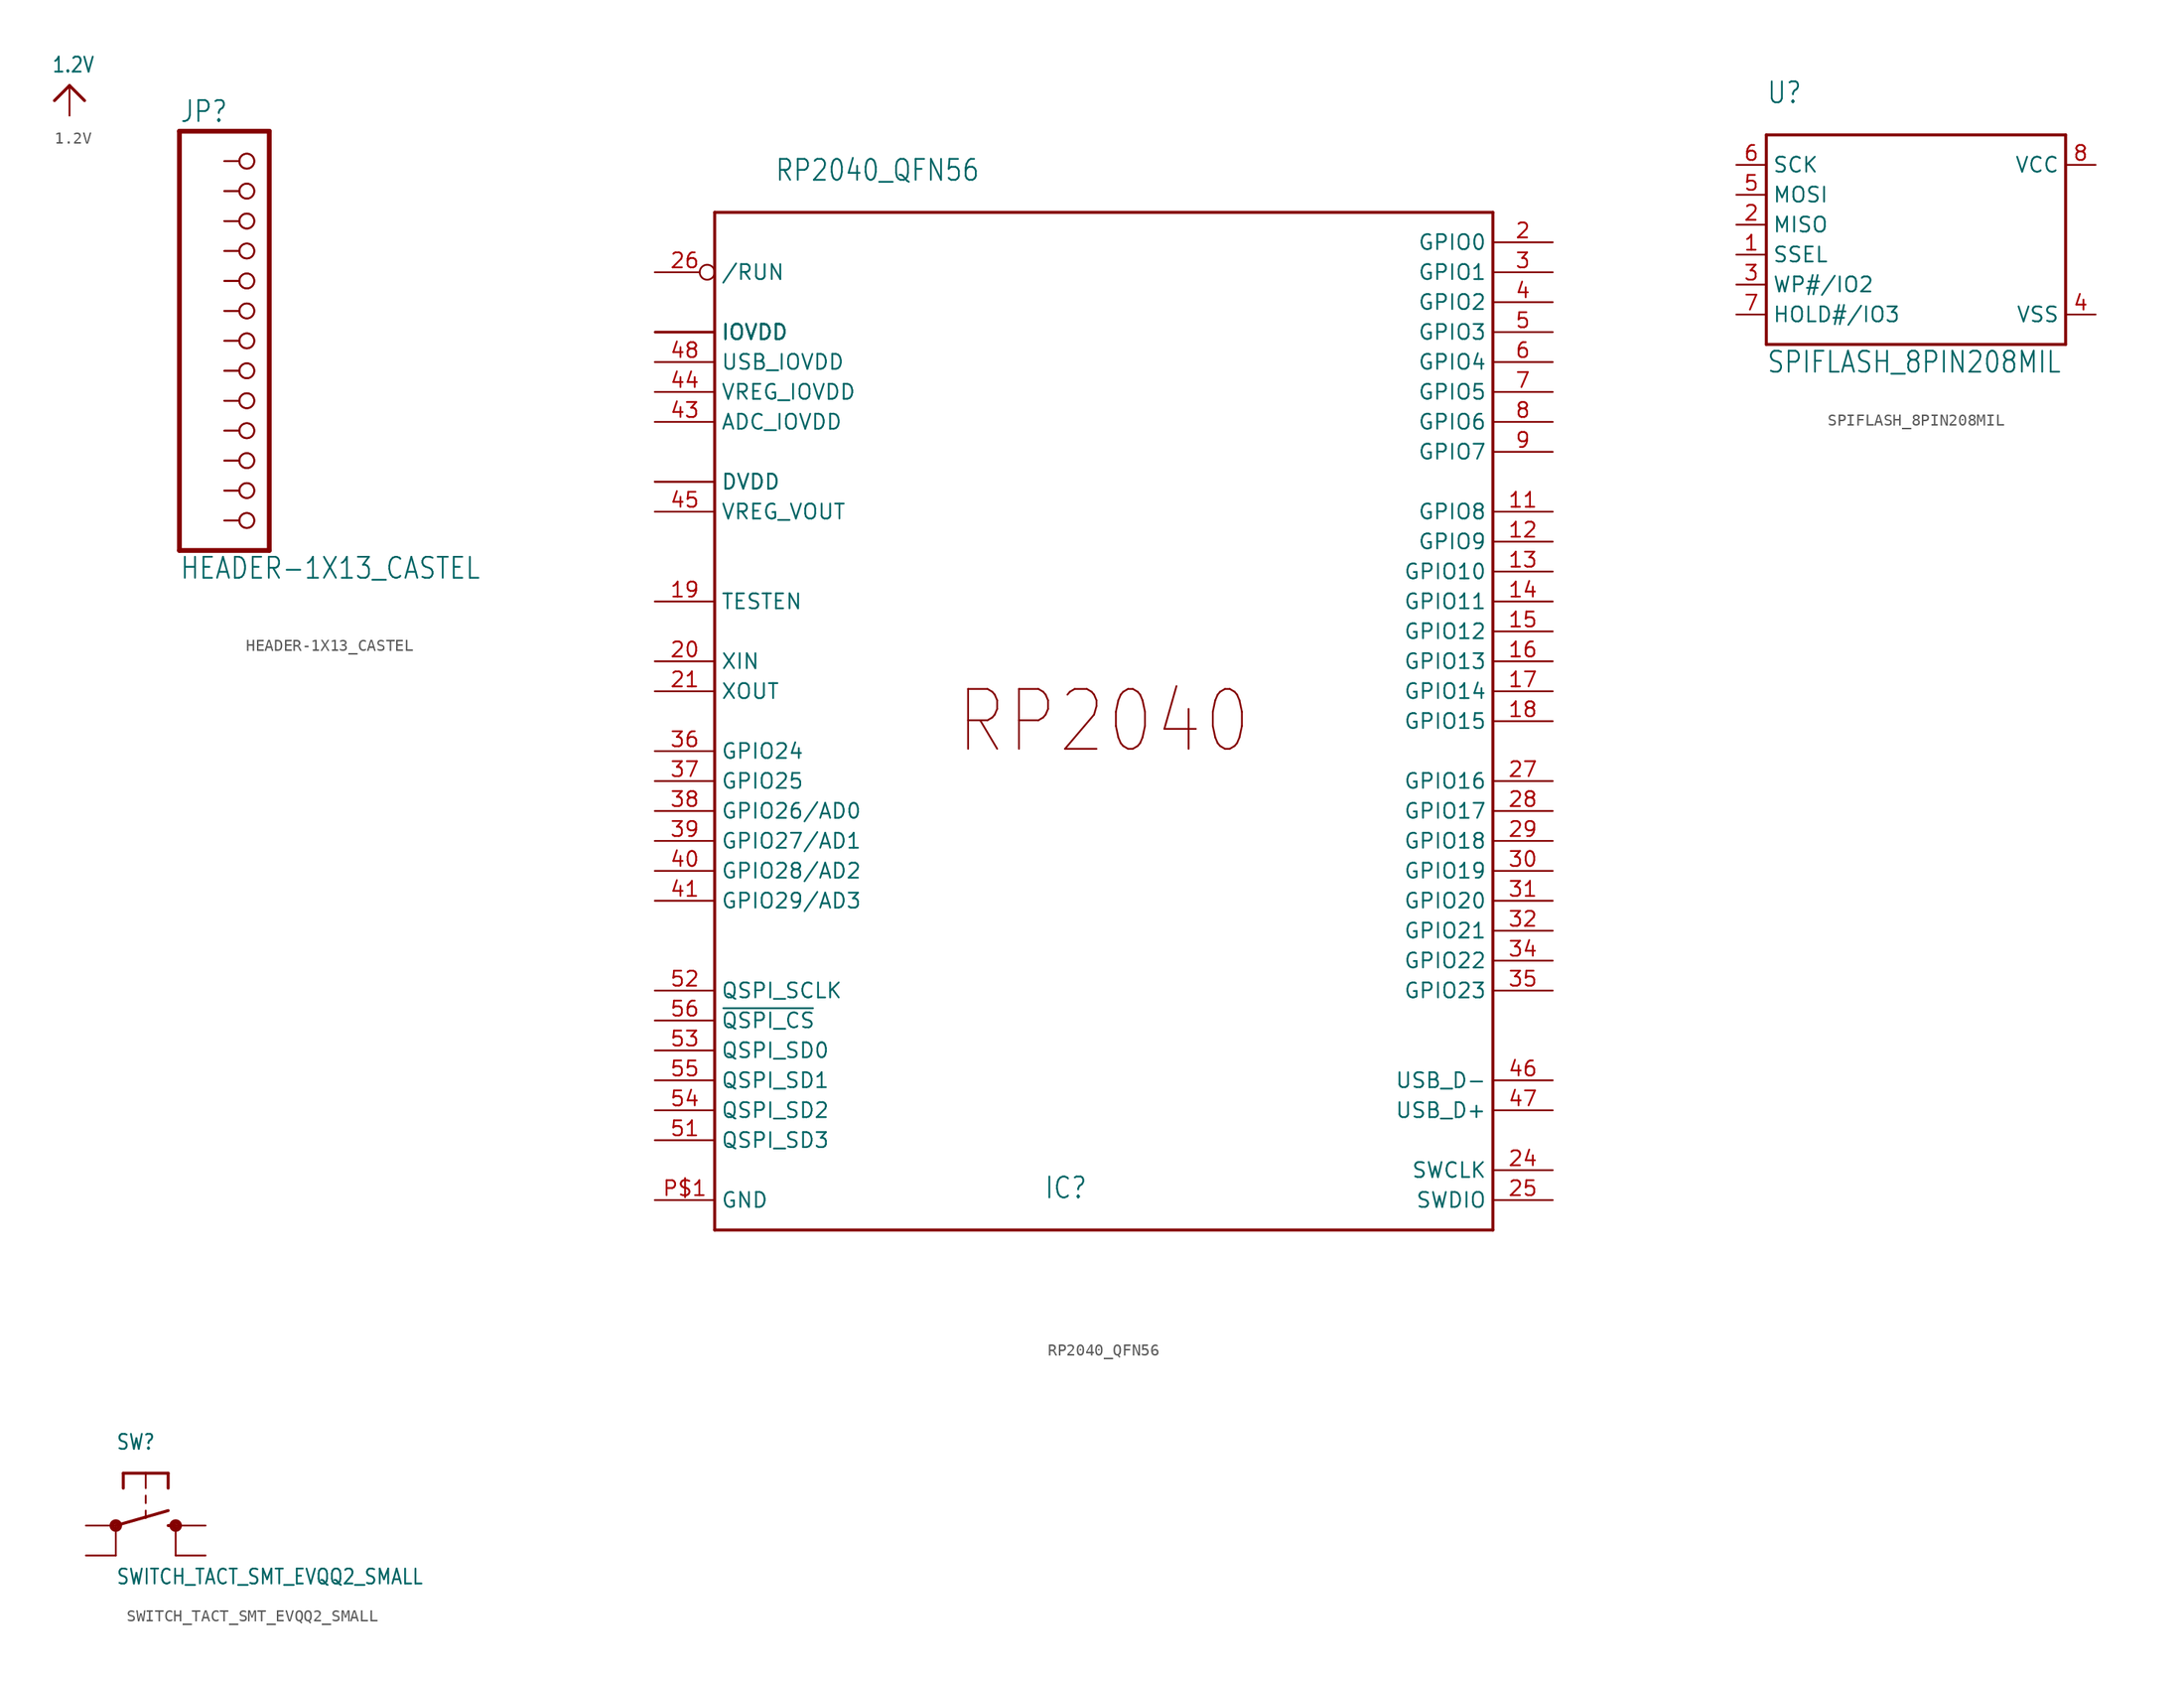
<source format=kicad_sym>
(kicad_symbol_lib
  (version 20211014)
  (generator kicad_symbol_editor)
  (symbol "1.2V"
    (power)
    (property "Reference" ""
      (at 0 0 0)
      (effects (font (size 1.27 1.27)) hide))
    (property "Value" "1.2V"
      (at -1.524 1.016 0)
      (effects (font (size 1.27 1.079)) (justify left bottom)))
    (property "ki_locked" ""
      (at 0 0 0)
      (effects (font (size 1.27 1.27))))
    (symbol "1.2V_1_0"
      (polyline (pts (xy -1.27 -1.27) (xy 0 0)) (stroke (width 0.254) (type default) (color 0 0 0 0)) (fill (type none)))
      (polyline (pts (xy 0 0) (xy 1.27 -1.27)) (stroke (width 0.254) (type default) (color 0 0 0 0)) (fill (type none)))
      (pin power_in line (at 0 -2.54 90) (length 2.54) (name "1.2V" (effects (font (size 0 0)))) (number "1" (effects (font (size 0 0)))))))
  (symbol "HEADER-1X13_CASTEL"
    (property "Reference" "JP"
      (at -6.35 18.415 0)
      (effects (font (size 1.778 1.511)) (justify left bottom)))
    (property "Value" "HEADER-1X13_CASTEL"
      (at -6.35 -20.32 0)
      (effects (font (size 1.778 1.511)) (justify left bottom)))
    (property "ki_locked" ""
      (at 0 0 0)
      (effects (font (size 1.27 1.27))))
    (symbol "HEADER-1X13_CASTEL_1_0"
      (polyline (pts (xy -6.35 -17.78) (xy 1.27 -17.78)) (stroke (width 0.406) (type default) (color 0 0 0 0)) (fill (type none)))
      (polyline (pts (xy -6.35 17.78) (xy -6.35 -17.78)) (stroke (width 0.406) (type default) (color 0 0 0 0)) (fill (type none)))
      (polyline (pts (xy 1.27 -17.78) (xy 1.27 17.78)) (stroke (width 0.406) (type default) (color 0 0 0 0)) (fill (type none)))
      (polyline (pts (xy 1.27 17.78) (xy -6.35 17.78)) (stroke (width 0.406) (type default) (color 0 0 0 0)) (fill (type none)))
      (pin passive inverted (at -2.54 15.24 0) (length 2.54) (name "1" (effects (font (size 0 0)))) (number "1" (effects (font (size 0 0)))))
      (pin passive inverted (at -2.54 -7.62 0) (length 2.54) (name "10" (effects (font (size 0 0)))) (number "10" (effects (font (size 0 0)))))
      (pin passive inverted (at -2.54 -7.62 0) (length 2.54) (name "10" (effects (font (size 0 0)))) (number "10C" (effects (font (size 0 0)))))
      (pin passive inverted (at -2.54 -10.16 0) (length 2.54) (name "11" (effects (font (size 0 0)))) (number "11" (effects (font (size 0 0)))))
      (pin passive inverted (at -2.54 -10.16 0) (length 2.54) (name "11" (effects (font (size 0 0)))) (number "11C" (effects (font (size 0 0)))))
      (pin passive inverted (at -2.54 -12.7 0) (length 2.54) (name "12" (effects (font (size 0 0)))) (number "12" (effects (font (size 0 0)))))
      (pin passive inverted (at -2.54 -12.7 0) (length 2.54) (name "12" (effects (font (size 0 0)))) (number "12C" (effects (font (size 0 0)))))
      (pin passive inverted (at -2.54 -15.24 0) (length 2.54) (name "13" (effects (font (size 0 0)))) (number "13" (effects (font (size 0 0)))))
      (pin passive inverted (at -2.54 -15.24 0) (length 2.54) (name "13" (effects (font (size 0 0)))) (number "13C" (effects (font (size 0 0)))))
      (pin passive inverted (at -2.54 15.24 0) (length 2.54) (name "1" (effects (font (size 0 0)))) (number "1C" (effects (font (size 0 0)))))
      (pin passive inverted (at -2.54 12.7 0) (length 2.54) (name "2" (effects (font (size 0 0)))) (number "2" (effects (font (size 0 0)))))
      (pin passive inverted (at -2.54 12.7 0) (length 2.54) (name "2" (effects (font (size 0 0)))) (number "2C" (effects (font (size 0 0)))))
      (pin passive inverted (at -2.54 10.16 0) (length 2.54) (name "3" (effects (font (size 0 0)))) (number "3" (effects (font (size 0 0)))))
      (pin passive inverted (at -2.54 10.16 0) (length 2.54) (name "3" (effects (font (size 0 0)))) (number "3C" (effects (font (size 0 0)))))
      (pin passive inverted (at -2.54 7.62 0) (length 2.54) (name "4" (effects (font (size 0 0)))) (number "4" (effects (font (size 0 0)))))
      (pin passive inverted (at -2.54 7.62 0) (length 2.54) (name "4" (effects (font (size 0 0)))) (number "4C" (effects (font (size 0 0)))))
      (pin passive inverted (at -2.54 5.08 0) (length 2.54) (name "5" (effects (font (size 0 0)))) (number "5" (effects (font (size 0 0)))))
      (pin passive inverted (at -2.54 5.08 0) (length 2.54) (name "5" (effects (font (size 0 0)))) (number "5C" (effects (font (size 0 0)))))
      (pin passive inverted (at -2.54 2.54 0) (length 2.54) (name "6" (effects (font (size 0 0)))) (number "6" (effects (font (size 0 0)))))
      (pin passive inverted (at -2.54 2.54 0) (length 2.54) (name "6" (effects (font (size 0 0)))) (number "6C" (effects (font (size 0 0)))))
      (pin passive inverted (at -2.54 0 0) (length 2.54) (name "7" (effects (font (size 0 0)))) (number "7" (effects (font (size 0 0)))))
      (pin passive inverted (at -2.54 0 0) (length 2.54) (name "7" (effects (font (size 0 0)))) (number "7C" (effects (font (size 0 0)))))
      (pin passive inverted (at -2.54 -2.54 0) (length 2.54) (name "8" (effects (font (size 0 0)))) (number "8" (effects (font (size 0 0)))))
      (pin passive inverted (at -2.54 -2.54 0) (length 2.54) (name "8" (effects (font (size 0 0)))) (number "8C" (effects (font (size 0 0)))))
      (pin passive inverted (at -2.54 -5.08 0) (length 2.54) (name "9" (effects (font (size 0 0)))) (number "9" (effects (font (size 0 0)))))
      (pin passive inverted (at -2.54 -5.08 0) (length 2.54) (name "9" (effects (font (size 0 0)))) (number "9C" (effects (font (size 0 0)))))))
  (symbol "RP2040_QFN56"
    (property "Reference" "IC"
      (at -5.08 -40.64 0)
      (effects (font (size 1.778 1.511)) (justify left bottom)))
    (property "Value" "RP2040_QFN56"
      (at -27.94 45.72 0)
      (effects (font (size 1.778 1.511)) (justify left bottom)))
    (property "ki_locked" ""
      (at 0 0 0)
      (effects (font (size 1.27 1.27))))
    (symbol "RP2040_QFN56_1_0"
      (polyline (pts (xy -33.02 -43.18) (xy -33.02 43.18)) (stroke (width 0.254) (type default) (color 0 0 0 0)) (fill (type none)))
      (polyline (pts (xy -33.02 43.18) (xy 33.02 43.18)) (stroke (width 0.254) (type default) (color 0 0 0 0)) (fill (type none)))
      (polyline (pts (xy 33.02 -43.18) (xy -33.02 -43.18)) (stroke (width 0.254) (type default) (color 0 0 0 0)) (fill (type none)))
      (polyline (pts (xy 33.02 43.18) (xy 33.02 -43.18)) (stroke (width 0.254) (type default) (color 0 0 0 0)) (fill (type none)))
      (text "RP2040" (at 0 0 0) (effects (font (size 5.08 4.318))))
      (pin power_in line (at -38.1 33.02 0) (length 5.08) (name "IOVDD" (effects (font (size 1.27 1.27)))) (number "1" (effects (font (size 0 0)))))
      (pin power_in line (at -38.1 33.02 0) (length 5.08) (name "IOVDD" (effects (font (size 1.27 1.27)))) (number "10" (effects (font (size 0 0)))))
      (pin bidirectional line (at 38.1 17.78 180) (length 5.08) (name "GPIO8" (effects (font (size 1.27 1.27)))) (number "11" (effects (font (size 1.27 1.27)))))
      (pin bidirectional line (at 38.1 15.24 180) (length 5.08) (name "GPIO9" (effects (font (size 1.27 1.27)))) (number "12" (effects (font (size 1.27 1.27)))))
      (pin bidirectional line (at 38.1 12.7 180) (length 5.08) (name "GPIO10" (effects (font (size 1.27 1.27)))) (number "13" (effects (font (size 1.27 1.27)))))
      (pin bidirectional line (at 38.1 10.16 180) (length 5.08) (name "GPIO11" (effects (font (size 1.27 1.27)))) (number "14" (effects (font (size 1.27 1.27)))))
      (pin bidirectional line (at 38.1 7.62 180) (length 5.08) (name "GPIO12" (effects (font (size 1.27 1.27)))) (number "15" (effects (font (size 1.27 1.27)))))
      (pin bidirectional line (at 38.1 5.08 180) (length 5.08) (name "GPIO13" (effects (font (size 1.27 1.27)))) (number "16" (effects (font (size 1.27 1.27)))))
      (pin bidirectional line (at 38.1 2.54 180) (length 5.08) (name "GPIO14" (effects (font (size 1.27 1.27)))) (number "17" (effects (font (size 1.27 1.27)))))
      (pin bidirectional line (at 38.1 0 180) (length 5.08) (name "GPIO15" (effects (font (size 1.27 1.27)))) (number "18" (effects (font (size 1.27 1.27)))))
      (pin input line (at -38.1 10.16 0) (length 5.08) (name "TESTEN" (effects (font (size 1.27 1.27)))) (number "19" (effects (font (size 1.27 1.27)))))
      (pin bidirectional line (at 38.1 40.64 180) (length 5.08) (name "GPIO0" (effects (font (size 1.27 1.27)))) (number "2" (effects (font (size 1.27 1.27)))))
      (pin input line (at -38.1 5.08 0) (length 5.08) (name "XIN" (effects (font (size 1.27 1.27)))) (number "20" (effects (font (size 1.27 1.27)))))
      (pin output line (at -38.1 2.54 0) (length 5.08) (name "XOUT" (effects (font (size 1.27 1.27)))) (number "21" (effects (font (size 1.27 1.27)))))
      (pin power_in line (at -38.1 33.02 0) (length 5.08) (name "IOVDD" (effects (font (size 1.27 1.27)))) (number "22" (effects (font (size 0 0)))))
      (pin power_in line (at -38.1 20.32 0) (length 5.08) (name "DVDD" (effects (font (size 1.27 1.27)))) (number "23" (effects (font (size 0 0)))))
      (pin bidirectional line (at 38.1 -38.1 180) (length 5.08) (name "SWCLK" (effects (font (size 1.27 1.27)))) (number "24" (effects (font (size 1.27 1.27)))))
      (pin bidirectional line (at 38.1 -40.64 180) (length 5.08) (name "SWDIO" (effects (font (size 1.27 1.27)))) (number "25" (effects (font (size 1.27 1.27)))))
      (pin bidirectional inverted (at -38.1 38.1 0) (length 5.08) (name "/RUN" (effects (font (size 1.27 1.27)))) (number "26" (effects (font (size 1.27 1.27)))))
      (pin bidirectional line (at 38.1 -5.08 180) (length 5.08) (name "GPIO16" (effects (font (size 1.27 1.27)))) (number "27" (effects (font (size 1.27 1.27)))))
      (pin bidirectional line (at 38.1 -7.62 180) (length 5.08) (name "GPIO17" (effects (font (size 1.27 1.27)))) (number "28" (effects (font (size 1.27 1.27)))))
      (pin bidirectional line (at 38.1 -10.16 180) (length 5.08) (name "GPIO18" (effects (font (size 1.27 1.27)))) (number "29" (effects (font (size 1.27 1.27)))))
      (pin bidirectional line (at 38.1 38.1 180) (length 5.08) (name "GPIO1" (effects (font (size 1.27 1.27)))) (number "3" (effects (font (size 1.27 1.27)))))
      (pin bidirectional line (at 38.1 -12.7 180) (length 5.08) (name "GPIO19" (effects (font (size 1.27 1.27)))) (number "30" (effects (font (size 1.27 1.27)))))
      (pin bidirectional line (at 38.1 -15.24 180) (length 5.08) (name "GPIO20" (effects (font (size 1.27 1.27)))) (number "31" (effects (font (size 1.27 1.27)))))
      (pin bidirectional line (at 38.1 -17.78 180) (length 5.08) (name "GPIO21" (effects (font (size 1.27 1.27)))) (number "32" (effects (font (size 1.27 1.27)))))
      (pin power_in line (at -38.1 33.02 0) (length 5.08) (name "IOVDD" (effects (font (size 1.27 1.27)))) (number "33" (effects (font (size 0 0)))))
      (pin bidirectional line (at 38.1 -20.32 180) (length 5.08) (name "GPIO22" (effects (font (size 1.27 1.27)))) (number "34" (effects (font (size 1.27 1.27)))))
      (pin bidirectional line (at 38.1 -22.86 180) (length 5.08) (name "GPIO23" (effects (font (size 1.27 1.27)))) (number "35" (effects (font (size 1.27 1.27)))))
      (pin bidirectional line (at -38.1 -2.54 0) (length 5.08) (name "GPIO24" (effects (font (size 1.27 1.27)))) (number "36" (effects (font (size 1.27 1.27)))))
      (pin bidirectional line (at -38.1 -5.08 0) (length 5.08) (name "GPIO25" (effects (font (size 1.27 1.27)))) (number "37" (effects (font (size 1.27 1.27)))))
      (pin bidirectional line (at -38.1 -7.62 0) (length 5.08) (name "GPIO26/AD0" (effects (font (size 1.27 1.27)))) (number "38" (effects (font (size 1.27 1.27)))))
      (pin bidirectional line (at -38.1 -10.16 0) (length 5.08) (name "GPIO27/AD1" (effects (font (size 1.27 1.27)))) (number "39" (effects (font (size 1.27 1.27)))))
      (pin bidirectional line (at 38.1 35.56 180) (length 5.08) (name "GPIO2" (effects (font (size 1.27 1.27)))) (number "4" (effects (font (size 1.27 1.27)))))
      (pin bidirectional line (at -38.1 -12.7 0) (length 5.08) (name "GPIO28/AD2" (effects (font (size 1.27 1.27)))) (number "40" (effects (font (size 1.27 1.27)))))
      (pin bidirectional line (at -38.1 -15.24 0) (length 5.08) (name "GPIO29/AD3" (effects (font (size 1.27 1.27)))) (number "41" (effects (font (size 1.27 1.27)))))
      (pin power_in line (at -38.1 33.02 0) (length 5.08) (name "IOVDD" (effects (font (size 1.27 1.27)))) (number "42" (effects (font (size 0 0)))))
      (pin power_in line (at -38.1 25.4 0) (length 5.08) (name "ADC_IOVDD" (effects (font (size 1.27 1.27)))) (number "43" (effects (font (size 1.27 1.27)))))
      (pin power_in line (at -38.1 27.94 0) (length 5.08) (name "VREG_IOVDD" (effects (font (size 1.27 1.27)))) (number "44" (effects (font (size 1.27 1.27)))))
      (pin power_in line (at -38.1 17.78 0) (length 5.08) (name "VREG_VOUT" (effects (font (size 1.27 1.27)))) (number "45" (effects (font (size 1.27 1.27)))))
      (pin bidirectional line (at 38.1 -30.48 180) (length 5.08) (name "USB_D-" (effects (font (size 1.27 1.27)))) (number "46" (effects (font (size 1.27 1.27)))))
      (pin bidirectional line (at 38.1 -33.02 180) (length 5.08) (name "USB_D+" (effects (font (size 1.27 1.27)))) (number "47" (effects (font (size 1.27 1.27)))))
      (pin power_in line (at -38.1 30.48 0) (length 5.08) (name "USB_IOVDD" (effects (font (size 1.27 1.27)))) (number "48" (effects (font (size 1.27 1.27)))))
      (pin power_in line (at -38.1 33.02 0) (length 5.08) (name "IOVDD" (effects (font (size 1.27 1.27)))) (number "49" (effects (font (size 0 0)))))
      (pin bidirectional line (at 38.1 33.02 180) (length 5.08) (name "GPIO3" (effects (font (size 1.27 1.27)))) (number "5" (effects (font (size 1.27 1.27)))))
      (pin power_in line (at -38.1 20.32 0) (length 5.08) (name "DVDD" (effects (font (size 1.27 1.27)))) (number "50" (effects (font (size 0 0)))))
      (pin bidirectional line (at -38.1 -35.56 0) (length 5.08) (name "QSPI_SD3" (effects (font (size 1.27 1.27)))) (number "51" (effects (font (size 1.27 1.27)))))
      (pin bidirectional line (at -38.1 -22.86 0) (length 5.08) (name "QSPI_SCLK" (effects (font (size 1.27 1.27)))) (number "52" (effects (font (size 1.27 1.27)))))
      (pin bidirectional line (at -38.1 -27.94 0) (length 5.08) (name "QSPI_SD0" (effects (font (size 1.27 1.27)))) (number "53" (effects (font (size 1.27 1.27)))))
      (pin bidirectional line (at -38.1 -33.02 0) (length 5.08) (name "QSPI_SD2" (effects (font (size 1.27 1.27)))) (number "54" (effects (font (size 1.27 1.27)))))
      (pin bidirectional line (at -38.1 -30.48 0) (length 5.08) (name "QSPI_SD1" (effects (font (size 1.27 1.27)))) (number "55" (effects (font (size 1.27 1.27)))))
      (pin bidirectional line (at -38.1 -25.4 0) (length 5.08) (name "~{QSPI_CS}" (effects (font (size 1.27 1.27)))) (number "56" (effects (font (size 1.27 1.27)))))
      (pin bidirectional line (at 38.1 30.48 180) (length 5.08) (name "GPIO4" (effects (font (size 1.27 1.27)))) (number "6" (effects (font (size 1.27 1.27)))))
      (pin bidirectional line (at 38.1 27.94 180) (length 5.08) (name "GPIO5" (effects (font (size 1.27 1.27)))) (number "7" (effects (font (size 1.27 1.27)))))
      (pin bidirectional line (at 38.1 25.4 180) (length 5.08) (name "GPIO6" (effects (font (size 1.27 1.27)))) (number "8" (effects (font (size 1.27 1.27)))))
      (pin bidirectional line (at 38.1 22.86 180) (length 5.08) (name "GPIO7" (effects (font (size 1.27 1.27)))) (number "9" (effects (font (size 1.27 1.27)))))
      (pin power_in line (at -38.1 -40.64 0) (length 5.08) (name "GND" (effects (font (size 1.27 1.27)))) (number "P$1" (effects (font (size 1.27 1.27)))))))
  (symbol "SPIFLASH_8PIN208MIL"
    (property "Reference" "U"
      (at -12.7 12.7 0)
      (effects (font (size 1.778 1.511)) (justify left bottom)))
    (property "Value" "SPIFLASH_8PIN208MIL"
      (at -12.7 -10.16 0)
      (effects (font (size 1.778 1.511)) (justify left bottom)))
    (property "ki_locked" ""
      (at 0 0 0)
      (effects (font (size 1.27 1.27))))
    (symbol "SPIFLASH_8PIN208MIL_1_0"
      (polyline (pts (xy -12.7 -7.62) (xy -12.7 10.16)) (stroke (width 0.254) (type default) (color 0 0 0 0)) (fill (type none)))
      (polyline (pts (xy -12.7 10.16) (xy 12.7 10.16)) (stroke (width 0.254) (type default) (color 0 0 0 0)) (fill (type none)))
      (polyline (pts (xy 12.7 -7.62) (xy -12.7 -7.62)) (stroke (width 0.254) (type default) (color 0 0 0 0)) (fill (type none)))
      (polyline (pts (xy 12.7 10.16) (xy 12.7 -7.62)) (stroke (width 0.254) (type default) (color 0 0 0 0)) (fill (type none)))
      (pin bidirectional line (at -15.24 0 0) (length 2.54) (name "SSEL" (effects (font (size 1.27 1.27)))) (number "1" (effects (font (size 1.27 1.27)))))
      (pin bidirectional line (at -15.24 2.54 0) (length 2.54) (name "MISO" (effects (font (size 1.27 1.27)))) (number "2" (effects (font (size 1.27 1.27)))))
      (pin bidirectional line (at -15.24 -2.54 0) (length 2.54) (name "WP#/IO2" (effects (font (size 1.27 1.27)))) (number "3" (effects (font (size 1.27 1.27)))))
      (pin bidirectional line (at 15.24 -5.08 180) (length 2.54) (name "VSS" (effects (font (size 1.27 1.27)))) (number "4" (effects (font (size 1.27 1.27)))))
      (pin bidirectional line (at -15.24 5.08 0) (length 2.54) (name "MOSI" (effects (font (size 1.27 1.27)))) (number "5" (effects (font (size 1.27 1.27)))))
      (pin bidirectional line (at -15.24 7.62 0) (length 2.54) (name "SCK" (effects (font (size 1.27 1.27)))) (number "6" (effects (font (size 1.27 1.27)))))
      (pin bidirectional line (at -15.24 -5.08 0) (length 2.54) (name "HOLD#/IO3" (effects (font (size 1.27 1.27)))) (number "7" (effects (font (size 1.27 1.27)))))
      (pin bidirectional line (at 15.24 7.62 180) (length 2.54) (name "VCC" (effects (font (size 1.27 1.27)))) (number "8" (effects (font (size 1.27 1.27)))))))
  (symbol "SWITCH_TACT_SMT_EVQQ2_SMALL"
    (property "Reference" "SW"
      (at -2.54 6.35 0)
      (effects (font (size 1.27 1.079)) (justify left bottom)))
    (property "Value" "SWITCH_TACT_SMT_EVQQ2_SMALL"
      (at -2.54 -5.08 0)
      (effects (font (size 1.27 1.079)) (justify left bottom)))
    (property "ki_locked" ""
      (at 0 0 0)
      (effects (font (size 1.27 1.27))))
    (symbol "SWITCH_TACT_SMT_EVQQ2_SMALL_1_0"
      (circle (center -2.54 0) (radius 0.127) (stroke (width 0.406) (type default) (color 0 0 0 0)) (fill (type none)))
      (polyline (pts (xy -2.54 -2.54) (xy -2.54 0)) (stroke (width 0.152) (type default) (color 0 0 0 0)) (fill (type none)))
      (polyline (pts (xy -2.54 0) (xy 1.905 1.27)) (stroke (width 0.254) (type default) (color 0 0 0 0)) (fill (type none)))
      (polyline (pts (xy -1.905 4.445) (xy -1.905 3.175)) (stroke (width 0.254) (type default) (color 0 0 0 0)) (fill (type none)))
      (polyline (pts (xy 0 1.27) (xy 0 0.635)) (stroke (width 0.152) (type default) (color 0 0 0 0)) (fill (type none)))
      (polyline (pts (xy 0 2.54) (xy 0 1.905)) (stroke (width 0.152) (type default) (color 0 0 0 0)) (fill (type none)))
      (polyline (pts (xy 0 4.445) (xy -1.905 4.445)) (stroke (width 0.254) (type default) (color 0 0 0 0)) (fill (type none)))
      (polyline (pts (xy 0 4.445) (xy 0 3.175)) (stroke (width 0.152) (type default) (color 0 0 0 0)) (fill (type none)))
      (polyline (pts (xy 1.905 0) (xy 2.54 0)) (stroke (width 0.254) (type default) (color 0 0 0 0)) (fill (type none)))
      (polyline (pts (xy 1.905 4.445) (xy 0 4.445)) (stroke (width 0.254) (type default) (color 0 0 0 0)) (fill (type none)))
      (polyline (pts (xy 1.905 4.445) (xy 1.905 3.175)) (stroke (width 0.254) (type default) (color 0 0 0 0)) (fill (type none)))
      (polyline (pts (xy 2.54 -2.54) (xy 2.54 0)) (stroke (width 0.152) (type default) (color 0 0 0 0)) (fill (type none)))
      (circle (center 2.54 0) (radius 0.127) (stroke (width 0.406) (type default) (color 0 0 0 0)) (fill (type none)))
      (pin passive line (at -5.08 0 0) (length 2.54) (name "P" (effects (font (size 0 0)))) (number "A" (effects (font (size 0 0)))))
      (pin passive line (at -5.08 -2.54 0) (length 2.54) (name "P1" (effects (font (size 0 0)))) (number "A'" (effects (font (size 0 0)))))
      (pin passive line (at 5.08 0 180) (length 2.54) (name "S" (effects (font (size 0 0)))) (number "B" (effects (font (size 0 0)))))
      (pin passive line (at 5.08 -2.54 180) (length 2.54) (name "S1" (effects (font (size 0 0)))) (number "B'" (effects (font (size 0 0))))))))
</source>
